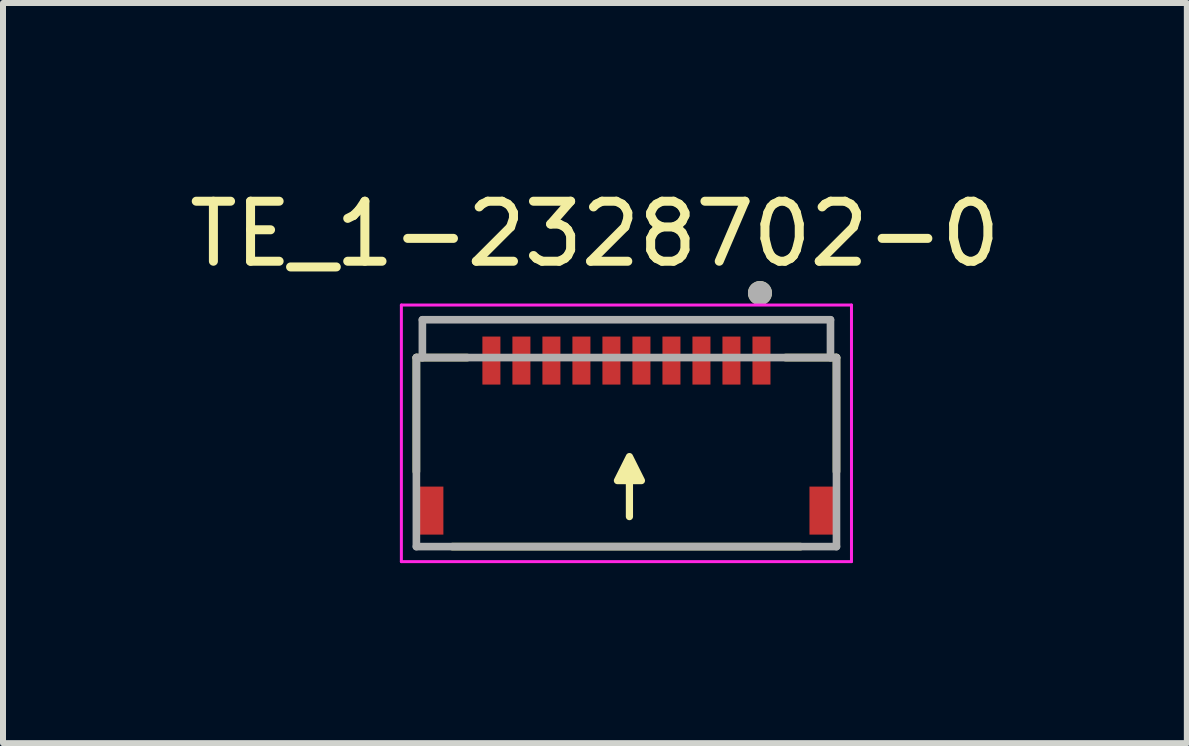
<source format=kicad_pcb>
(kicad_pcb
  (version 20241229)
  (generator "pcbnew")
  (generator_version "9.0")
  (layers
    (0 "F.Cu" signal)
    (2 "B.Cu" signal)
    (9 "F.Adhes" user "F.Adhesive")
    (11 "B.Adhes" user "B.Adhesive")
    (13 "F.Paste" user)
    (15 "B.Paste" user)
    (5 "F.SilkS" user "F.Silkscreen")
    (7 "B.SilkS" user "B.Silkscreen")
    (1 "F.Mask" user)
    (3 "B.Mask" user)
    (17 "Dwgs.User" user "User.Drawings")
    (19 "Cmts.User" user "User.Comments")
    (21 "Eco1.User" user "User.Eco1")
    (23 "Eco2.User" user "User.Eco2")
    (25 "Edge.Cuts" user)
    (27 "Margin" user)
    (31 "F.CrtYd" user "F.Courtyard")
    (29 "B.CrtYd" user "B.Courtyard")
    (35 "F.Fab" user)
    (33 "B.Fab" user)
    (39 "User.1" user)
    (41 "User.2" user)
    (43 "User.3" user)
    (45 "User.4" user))
  (footprint "TE_1-2328702-0"
    (layer "F.Cu")
    (at 9.638 2.958)
    (property "Reference" "TE_1-2328702-0" (at -2.775 -2.11 0) (layer "F.SilkS") (effects (font (size 1 1) (thickness 0.15))))
    (attr through_hole)
    (fp_line (start -5.75 -0.05) (end -5.75 1.85) (stroke (width 0.127) (type solid)) (layer "F.SilkS"))
    (fp_line (start -5.15 3.1) (end 0.65 3.1) (stroke (width 0.127) (type solid)) (layer "F.SilkS"))
    (fp_line (start -4.9 -0.05) (end -5.75 -0.05) (stroke (width 0.127) (type solid)) (layer "F.SilkS"))
    (fp_line (start -2.2 2) (end -2.2 2.6) (stroke (width 0.12) (type solid)) (layer "F.SilkS"))
    (fp_line (start 0.4 -0.05) (end 1.25 -0.05) (stroke (width 0.127) (type solid)) (layer "F.SilkS"))
    (fp_line (start 1.25 -0.05) (end 1.25 1.85) (stroke (width 0.127) (type solid)) (layer "F.SilkS"))
    (fp_circle (center -0.025 -1.125) (end 0.075 -1.125) (stroke (width 0.2) (type solid)) (fill no) (layer "F.SilkS"))
    (fp_poly (pts (xy -2 2) (xy -2.4 2) (xy -2.2 1.6)) (stroke (width 0.12) (type solid)) (fill yes) (layer "F.SilkS"))
    (fp_line (start -6 -0.925) (end 1.5 -0.925) (stroke (width 0.05) (type solid)) (layer "F.CrtYd"))
    (fp_line (start -6 3.35) (end -6 -0.925) (stroke (width 0.05) (type solid)) (layer "F.CrtYd"))
    (fp_line (start 1.5 -0.925) (end 1.5 3.35) (stroke (width 0.05) (type solid)) (layer "F.CrtYd"))
    (fp_line (start 1.5 3.35) (end -6 3.35) (stroke (width 0.05) (type solid)) (layer "F.CrtYd"))
    (fp_line (start -5.75 -0.05) (end -5.65 -0.05) (stroke (width 0.127) (type solid)) (layer "F.Fab"))
    (fp_line (start -5.75 3.1) (end -5.75 -0.05) (stroke (width 0.127) (type solid)) (layer "F.Fab"))
    (fp_line (start -5.65 -0.68) (end 1.15 -0.68) (stroke (width 0.127) (type solid)) (layer "F.Fab"))
    (fp_line (start -5.65 -0.05) (end -5.65 -0.68) (stroke (width 0.127) (type solid)) (layer "F.Fab"))
    (fp_line (start -5.65 -0.05) (end 1.15 -0.05) (stroke (width 0.127) (type solid)) (layer "F.Fab"))
    (fp_line (start 1.15 -0.68) (end 1.15 -0.05) (stroke (width 0.127) (type solid)) (layer "F.Fab"))
    (fp_line (start 1.15 -0.05) (end 1.25 -0.05) (stroke (width 0.127) (type solid)) (layer "F.Fab"))
    (fp_line (start 1.25 -0.05) (end 1.25 3.1) (stroke (width 0.127) (type solid)) (layer "F.Fab"))
    (fp_line (start 1.25 3.1) (end -5.75 3.1) (stroke (width 0.127) (type solid)) (layer "F.Fab"))
    (fp_circle (center -0.025 -1.125) (end 0.075 -1.125) (stroke (width 0.2) (type solid)) (fill no) (layer "F.Fab"))
    (pad "1" smd rect (at 0 0) (size 0.3 0.8) (layers "F.Cu" "F.Mask" "F.Paste"))
    (pad "2" smd rect (at -0.5 0) (size 0.3 0.8) (layers "F.Cu" "F.Mask" "F.Paste"))
    (pad "3" smd rect (at -1 0) (size 0.3 0.8) (layers "F.Cu" "F.Mask" "F.Paste"))
    (pad "4" smd rect (at -1.5 0) (size 0.3 0.8) (layers "F.Cu" "F.Mask" "F.Paste"))
    (pad "5" smd rect (at -2 0) (size 0.3 0.8) (layers "F.Cu" "F.Mask" "F.Paste"))
    (pad "6" smd rect (at -2.5 0) (size 0.3 0.8) (layers "F.Cu" "F.Mask" "F.Paste"))
    (pad "7" smd rect (at -3 0) (size 0.3 0.8) (layers "F.Cu" "F.Mask" "F.Paste"))
    (pad "8" smd rect (at -3.5 0) (size 0.3 0.8) (layers "F.Cu" "F.Mask" "F.Paste"))
    (pad "9" smd rect (at -4 0) (size 0.3 0.8) (layers "F.Cu" "F.Mask" "F.Paste"))
    (pad "10" smd rect (at -4.5 0) (size 0.3 0.8) (layers "F.Cu" "F.Mask" "F.Paste"))
    (pad "S1" smd rect (at 1 2.5) (size 0.4 0.8) (layers "F.Cu" "F.Mask" "F.Paste"))
    (pad "S2" smd rect (at -5.5 2.5) (size 0.4 0.8) (layers "F.Cu" "F.Mask" "F.Paste")))
  (gr_rect
    (start -3 -3)
    (end 16.726 9.333)
    (stroke (width 0.1) (type default))
    (fill no)
    (layer "Edge.Cuts")))
</source>
